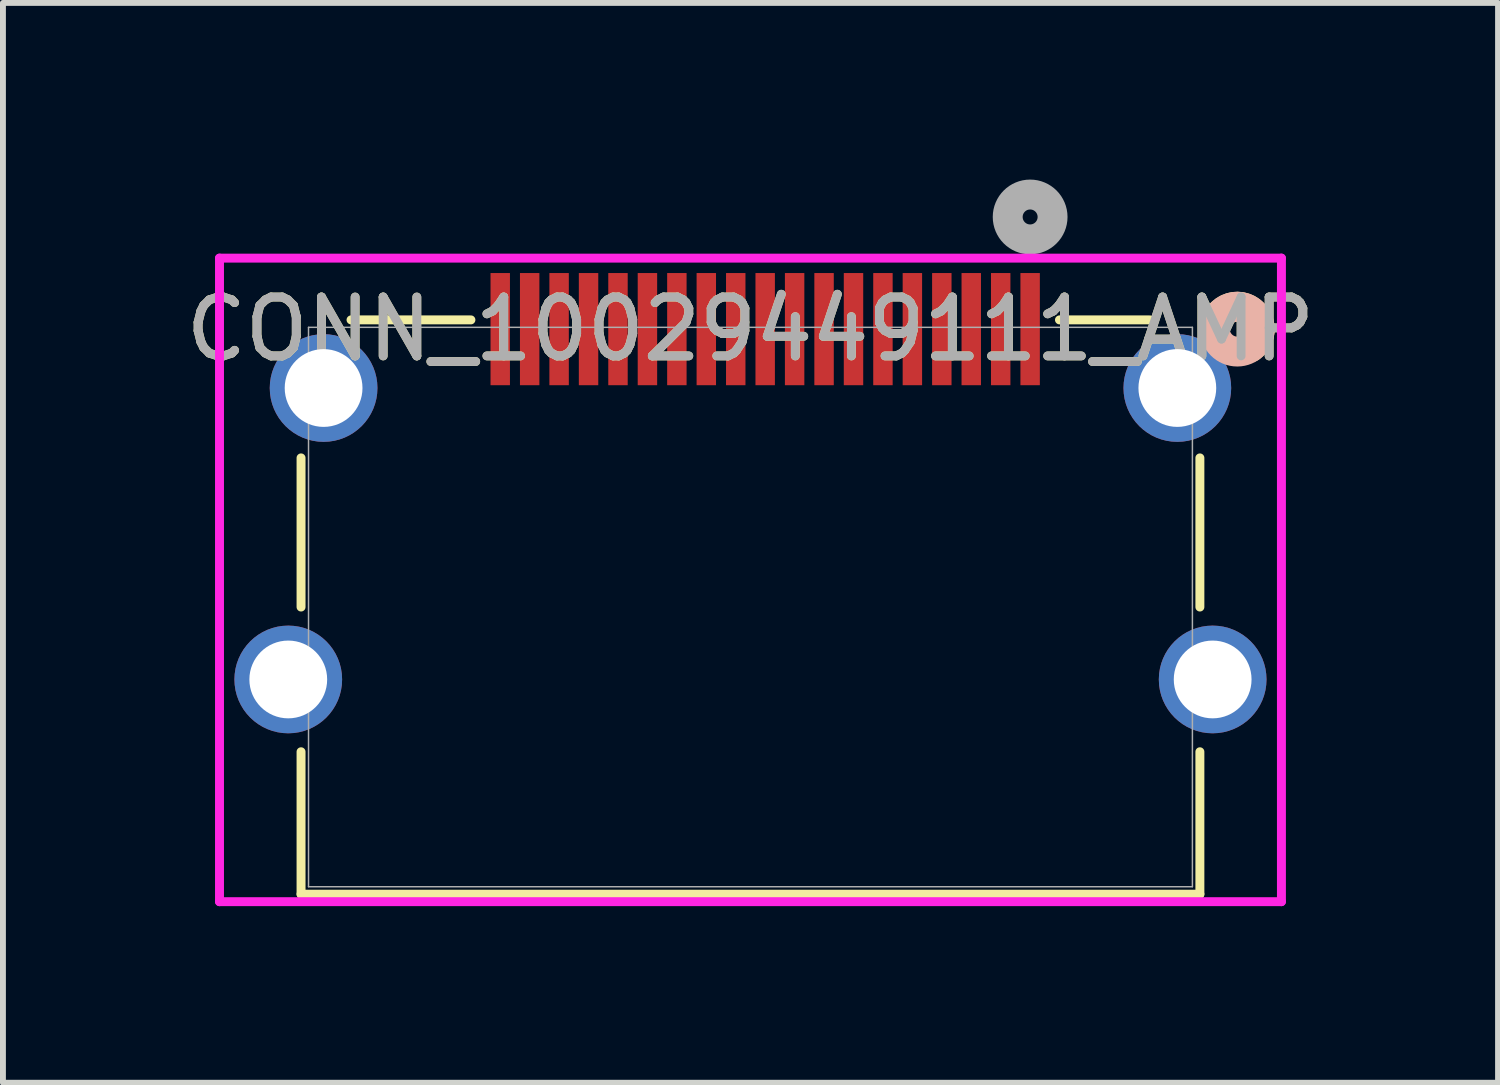
<source format=kicad_pcb>
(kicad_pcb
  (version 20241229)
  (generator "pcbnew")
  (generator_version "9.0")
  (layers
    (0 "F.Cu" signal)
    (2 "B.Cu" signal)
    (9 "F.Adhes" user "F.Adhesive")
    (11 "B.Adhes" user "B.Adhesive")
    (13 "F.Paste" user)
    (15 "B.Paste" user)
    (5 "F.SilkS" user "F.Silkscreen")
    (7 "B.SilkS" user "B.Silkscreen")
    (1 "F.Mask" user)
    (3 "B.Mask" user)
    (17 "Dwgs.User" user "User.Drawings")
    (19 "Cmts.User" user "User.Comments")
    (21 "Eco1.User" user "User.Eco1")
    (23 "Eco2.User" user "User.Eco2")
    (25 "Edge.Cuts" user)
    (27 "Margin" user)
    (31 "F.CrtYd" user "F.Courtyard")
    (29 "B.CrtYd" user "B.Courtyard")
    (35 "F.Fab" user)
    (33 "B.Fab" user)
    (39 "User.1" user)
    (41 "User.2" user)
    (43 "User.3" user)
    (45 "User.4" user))
  (footprint "CONN_10029449111_AMP"
    (layer "F.Cu")
    (at 9.696 7.26)
    (property "Reference" "CONN_10029449111_AMP" (at 0 -4.72 0) (unlocked yes) (layer "F.SilkS") (effects (font (size 1 1) (thickness 0.15))))
    (attr smd)
    (fp_line (start -7.633 -2.533) (end -7.633 0) (stroke (width 0.152) (type solid)) (layer "F.SilkS"))
    (fp_line (start -7.633 2.458) (end -7.633 4.877) (stroke (width 0.152) (type solid)) (layer "F.SilkS"))
    (fp_line (start -7.633 4.877) (end 7.633 4.877) (stroke (width 0.152) (type solid)) (layer "F.SilkS"))
    (fp_line (start -4.748 -4.877) (end -6.784 -4.877) (stroke (width 0.152) (type solid)) (layer "F.SilkS"))
    (fp_line (start 6.784 -4.877) (end 5.248 -4.877) (stroke (width 0.152) (type solid)) (layer "F.SilkS"))
    (fp_line (start 7.633 0) (end 7.633 -2.533) (stroke (width 0.152) (type solid)) (layer "F.SilkS"))
    (fp_line (start 7.633 4.877) (end 7.633 2.458) (stroke (width 0.152) (type solid)) (layer "F.SilkS"))
    (fp_arc (start 7.965634 -4.952001) (mid 8.390325 -5.080527) (end 8.6487 -4.7198) (stroke (width 0.508) (type solid)) (layer "F.SilkS"))
    (fp_arc (start 8.6487 -4.7198) (mid 8.607992 -4.548445) (end 8.494565 -4.413707) (stroke (width 0.508) (type solid)) (layer "F.SilkS"))
    (fp_circle (center 8.268 -4.72) (end 8.649 -4.72) (stroke (width 0.508) (type solid)) (fill no) (layer "B.SilkS"))
    (fp_line (start -9.018 -5.926) (end -9.018 5.004) (stroke (width 0.152) (type solid)) (layer "F.CrtYd"))
    (fp_line (start -9.018 5.004) (end 9.018 5.004) (stroke (width 0.152) (type solid)) (layer "F.CrtYd"))
    (fp_line (start 9.018 -5.926) (end -9.018 -5.926) (stroke (width 0.152) (type solid)) (layer "F.CrtYd"))
    (fp_line (start 9.018 5.004) (end 9.018 -5.926) (stroke (width 0.152) (type solid)) (layer "F.CrtYd"))
    (fp_line (start -7.506 -4.75) (end -7.506 4.75) (stroke (width 0.025) (type solid)) (layer "F.Fab"))
    (fp_line (start -7.506 4.75) (end 7.506 4.75) (stroke (width 0.025) (type solid)) (layer "F.Fab"))
    (fp_line (start 7.506 -4.75) (end -7.506 -4.75) (stroke (width 0.025) (type solid)) (layer "F.Fab"))
    (fp_line (start 7.506 4.75) (end 7.506 -4.75) (stroke (width 0.025) (type solid)) (layer "F.Fab"))
    (fp_circle (center 4.75 -6.625) (end 5.131 -6.625) (stroke (width 0.508) (type solid)) (fill no) (layer "F.Fab"))
    (fp_text user "${REFERENCE}" (at 0 -4.72 0) (unlocked yes) (layer "F.Fab") (effects (font (size 1 1) (thickness 0.15))))
    (pad "1" smd rect (at 4.75 -4.72) (size 0.33 1.905) (layers "F.Cu" "F.Mask" "F.Paste"))
    (pad "2" smd rect (at 4.25 -4.72) (size 0.33 1.905) (layers "F.Cu" "F.Mask" "F.Paste"))
    (pad "3" smd rect (at 3.75 -4.72) (size 0.33 1.905) (layers "F.Cu" "F.Mask" "F.Paste"))
    (pad "4" smd rect (at 3.25 -4.72) (size 0.33 1.905) (layers "F.Cu" "F.Mask" "F.Paste"))
    (pad "5" smd rect (at 2.75 -4.72) (size 0.33 1.905) (layers "F.Cu" "F.Mask" "F.Paste"))
    (pad "6" smd rect (at 2.25 -4.72) (size 0.33 1.905) (layers "F.Cu" "F.Mask" "F.Paste"))
    (pad "7" smd rect (at 1.75 -4.72) (size 0.33 1.905) (layers "F.Cu" "F.Mask" "F.Paste"))
    (pad "8" smd rect (at 1.25 -4.72) (size 0.33 1.905) (layers "F.Cu" "F.Mask" "F.Paste"))
    (pad "9" smd rect (at 0.75 -4.72) (size 0.33 1.905) (layers "F.Cu" "F.Mask" "F.Paste"))
    (pad "10" smd rect (at 0.25 -4.72) (size 0.33 1.905) (layers "F.Cu" "F.Mask" "F.Paste"))
    (pad "11" smd rect (at -0.25 -4.72) (size 0.33 1.905) (layers "F.Cu" "F.Mask" "F.Paste"))
    (pad "12" smd rect (at -0.75 -4.72) (size 0.33 1.905) (layers "F.Cu" "F.Mask" "F.Paste"))
    (pad "13" smd rect (at -1.25 -4.72) (size 0.33 1.905) (layers "F.Cu" "F.Mask" "F.Paste"))
    (pad "14" smd rect (at -1.75 -4.72) (size 0.33 1.905) (layers "F.Cu" "F.Mask" "F.Paste"))
    (pad "15" smd rect (at -2.25 -4.72) (size 0.33 1.905) (layers "F.Cu" "F.Mask" "F.Paste"))
    (pad "16" smd rect (at -2.75 -4.72) (size 0.33 1.905) (layers "F.Cu" "F.Mask" "F.Paste"))
    (pad "17" smd rect (at -3.25 -4.72) (size 0.33 1.905) (layers "F.Cu" "F.Mask" "F.Paste"))
    (pad "18" smd rect (at -3.75 -4.72) (size 0.33 1.905) (layers "F.Cu" "F.Mask" "F.Paste"))
    (pad "19" smd rect (at -4.25 -4.72) (size 0.33 1.905) (layers "F.Cu" "F.Mask" "F.Paste"))
    (pad "20" thru_hole circle (at -7.25 -3.72) (size 1.829 1.829) (drill 1.321) (layers "*.Cu" "*.Mask"))
    (pad "21" thru_hole circle (at 7.25 -3.72) (size 1.829 1.829) (drill 1.321) (layers "*.Cu" "*.Mask"))
    (pad "22" thru_hole circle (at -7.85 1.23) (size 1.829 1.829) (drill 1.321) (layers "*.Cu" "*.Mask"))
    (pad "23" thru_hole circle (at 7.85 1.23) (size 1.829 1.829) (drill 1.321) (layers "*.Cu" "*.Mask")))
  (gr_rect
    (start -3 -3)
    (end 22.393 15.34)
    (stroke (width 0.1) (type default))
    (fill no)
    (layer "Edge.Cuts")))
</source>
